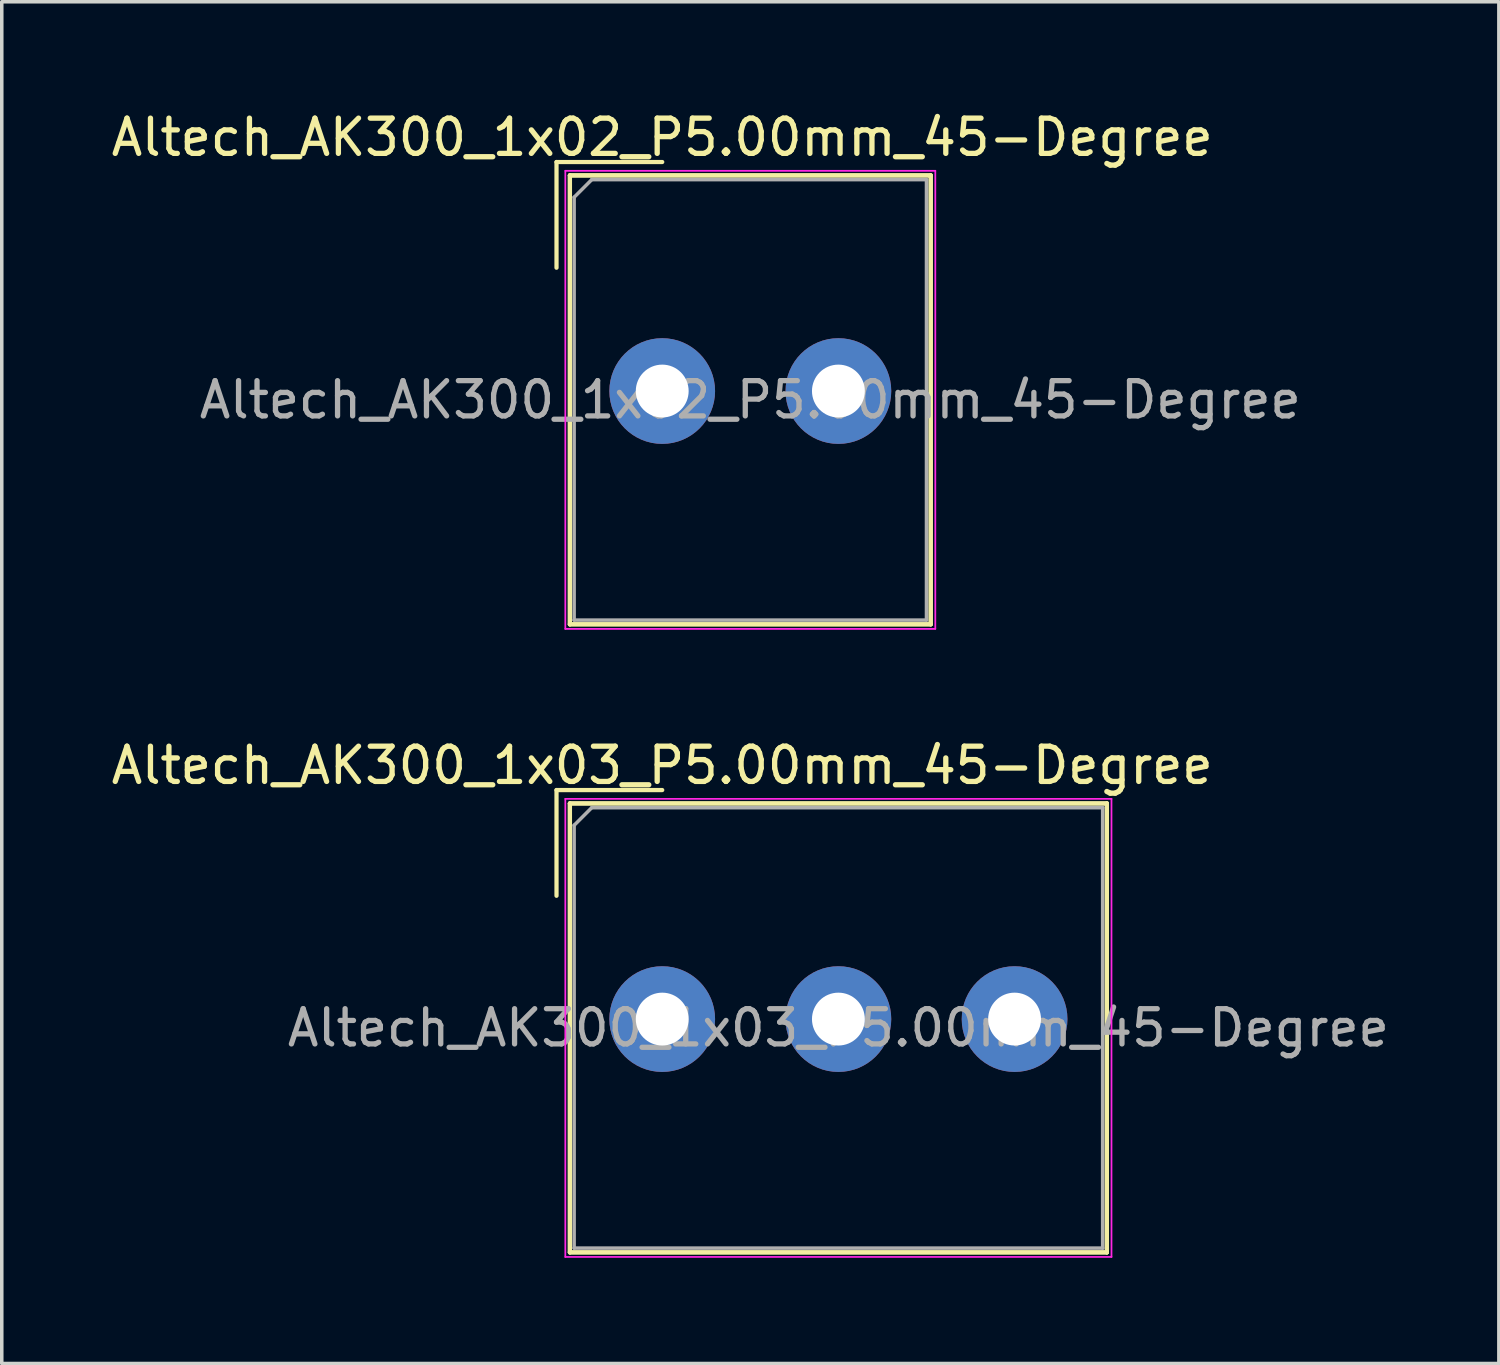
<source format=kicad_pcb>
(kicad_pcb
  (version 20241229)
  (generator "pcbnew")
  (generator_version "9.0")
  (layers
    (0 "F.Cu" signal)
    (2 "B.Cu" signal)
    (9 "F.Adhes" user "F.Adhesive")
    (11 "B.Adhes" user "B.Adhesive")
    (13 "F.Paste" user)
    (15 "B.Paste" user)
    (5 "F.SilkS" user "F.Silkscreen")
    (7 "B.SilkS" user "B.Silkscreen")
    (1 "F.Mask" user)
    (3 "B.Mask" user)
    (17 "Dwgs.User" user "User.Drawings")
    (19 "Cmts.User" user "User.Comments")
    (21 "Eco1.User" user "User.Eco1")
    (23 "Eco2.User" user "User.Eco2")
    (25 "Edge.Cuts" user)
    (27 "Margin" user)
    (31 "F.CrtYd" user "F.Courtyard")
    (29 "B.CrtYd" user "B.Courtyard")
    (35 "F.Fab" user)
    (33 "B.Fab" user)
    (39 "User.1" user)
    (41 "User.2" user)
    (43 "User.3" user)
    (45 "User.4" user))
  (footprint "Altech_AK300_1x02_P5.00mm_45-Degree"
    (layer "F.Cu")
    (at 15.744 8.048)
    (property "Reference" "Altech_AK300_1x02_P5.00mm_45-Degree" (at 0 -7.2 180) (layer "F.SilkS") (effects (font (size 1 1) (thickness 0.15))))
    (attr through_hole)
    (fp_line (start -3 -6.5) (end 0 -6.5) (stroke (width 0.12) (type solid)) (layer "F.SilkS"))
    (fp_line (start -3 -3.5) (end -3 -6.5) (stroke (width 0.12) (type solid)) (layer "F.SilkS"))
    (fp_line (start -2.62 -6.12) (end -2.62 6.62) (stroke (width 0.12) (type solid)) (layer "F.SilkS"))
    (fp_line (start -2.62 -6.12) (end -2.62 6.62) (stroke (width 0.12) (type solid)) (layer "F.SilkS"))
    (fp_line (start -2.62 -6.12) (end 7.62 -6.12) (stroke (width 0.12) (type solid)) (layer "F.SilkS"))
    (fp_line (start -2.62 -6.12) (end 7.62 -6.12) (stroke (width 0.12) (type solid)) (layer "F.SilkS"))
    (fp_line (start -2.62 6.62) (end 7.62 6.62) (stroke (width 0.12) (type solid)) (layer "F.SilkS"))
    (fp_line (start -2.62 6.62) (end 7.62 6.62) (stroke (width 0.12) (type solid)) (layer "F.SilkS"))
    (fp_line (start 7.62 -6.12) (end 7.62 6.62) (stroke (width 0.12) (type solid)) (layer "F.SilkS"))
    (fp_line (start 7.62 -6.12) (end 7.62 6.62) (stroke (width 0.12) (type solid)) (layer "F.SilkS"))
    (fp_line (start -2.75 -6.25) (end -2.75 6.75) (stroke (width 0.05) (type solid)) (layer "F.CrtYd"))
    (fp_line (start -2.75 -6.25) (end 7.75 -6.25) (stroke (width 0.05) (type solid)) (layer "F.CrtYd"))
    (fp_line (start -2.75 6.75) (end 7.75 6.75) (stroke (width 0.05) (type solid)) (layer "F.CrtYd"))
    (fp_line (start 7.75 -6.25) (end 7.75 6.75) (stroke (width 0.05) (type solid)) (layer "F.CrtYd"))
    (fp_line (start -2.5 -5.5) (end -2 -6) (stroke (width 0.1) (type solid)) (layer "F.Fab"))
    (fp_line (start -2.5 6.5) (end -2.5 -5.5) (stroke (width 0.1) (type solid)) (layer "F.Fab"))
    (fp_line (start -2 -6) (end 7.5 -6) (stroke (width 0.1) (type solid)) (layer "F.Fab"))
    (fp_line (start 7.5 -6) (end 7.5 6.5) (stroke (width 0.1) (type solid)) (layer "F.Fab"))
    (fp_line (start 7.5 6.5) (end -2.5 6.5) (stroke (width 0.1) (type solid)) (layer "F.Fab"))
    (fp_text user "${REFERENCE}" (at 2.5 0.25 180) (layer "F.Fab") (effects (font (size 1 1) (thickness 0.15))))
    (pad "1" thru_hole circle (at 0 0) (size 3 3) (drill 1.5) (layers "*.Cu" "*.Mask"))
    (pad "2" thru_hole circle (at 5 0) (size 3 3) (drill 1.5) (layers "*.Cu" "*.Mask")))
  (footprint "Altech_AK300_1x03_P5.00mm_45-Degree"
    (layer "F.Cu")
    (at 15.744 25.872)
    (property "Reference" "Altech_AK300_1x03_P5.00mm_45-Degree" (at 0 -7.2 0) (layer "F.SilkS") (effects (font (size 1 1) (thickness 0.15))))
    (attr through_hole)
    (fp_line (start -3 -6.5) (end 0 -6.5) (stroke (width 0.12) (type solid)) (layer "F.SilkS"))
    (fp_line (start -3 -3.5) (end -3 -6.5) (stroke (width 0.12) (type solid)) (layer "F.SilkS"))
    (fp_line (start -2.62 -6.12) (end -2.62 6.62) (stroke (width 0.12) (type solid)) (layer "F.SilkS"))
    (fp_line (start -2.62 -6.12) (end -2.62 6.62) (stroke (width 0.12) (type solid)) (layer "F.SilkS"))
    (fp_line (start -2.62 -6.12) (end 12.62 -6.12) (stroke (width 0.12) (type solid)) (layer "F.SilkS"))
    (fp_line (start -2.62 -6.12) (end 12.62 -6.12) (stroke (width 0.12) (type solid)) (layer "F.SilkS"))
    (fp_line (start -2.62 6.62) (end 12.62 6.62) (stroke (width 0.12) (type solid)) (layer "F.SilkS"))
    (fp_line (start -2.62 6.62) (end 12.62 6.62) (stroke (width 0.12) (type solid)) (layer "F.SilkS"))
    (fp_line (start 12.62 -6.12) (end 12.62 6.62) (stroke (width 0.12) (type solid)) (layer "F.SilkS"))
    (fp_line (start 12.62 -6.12) (end 12.62 6.62) (stroke (width 0.12) (type solid)) (layer "F.SilkS"))
    (fp_line (start -2.75 -6.25) (end -2.75 6.75) (stroke (width 0.05) (type solid)) (layer "F.CrtYd"))
    (fp_line (start -2.75 -6.25) (end 12.75 -6.25) (stroke (width 0.05) (type solid)) (layer "F.CrtYd"))
    (fp_line (start -2.75 6.75) (end 12.75 6.75) (stroke (width 0.05) (type solid)) (layer "F.CrtYd"))
    (fp_line (start 12.75 -6.25) (end 12.75 6.75) (stroke (width 0.05) (type solid)) (layer "F.CrtYd"))
    (fp_line (start -2.5 -5.5) (end -2 -6) (stroke (width 0.1) (type solid)) (layer "F.Fab"))
    (fp_line (start -2.5 6.5) (end -2.5 -5.5) (stroke (width 0.1) (type solid)) (layer "F.Fab"))
    (fp_line (start -2 -6) (end 12.5 -6) (stroke (width 0.1) (type solid)) (layer "F.Fab"))
    (fp_line (start 12.5 -6) (end 12.5 6.5) (stroke (width 0.1) (type solid)) (layer "F.Fab"))
    (fp_line (start 12.5 6.5) (end -2.5 6.5) (stroke (width 0.1) (type solid)) (layer "F.Fab"))
    (fp_text user "${REFERENCE}" (at 5 0.25 0) (layer "F.Fab") (effects (font (size 1 1) (thickness 0.15))))
    (pad "1" thru_hole circle (at 0 0) (size 3 3) (drill oval 1.5) (layers "*.Cu" "*.Mask"))
    (pad "2" thru_hole circle (at 5 0) (size 3 3) (drill 1.5) (layers "*.Cu" "*.Mask"))
    (pad "3" thru_hole circle (at 10 0) (size 3 3) (drill oval 1.5) (layers "*.Cu" "*.Mask")))
  (gr_rect
    (start -3 -3)
    (end 39.488 35.647)
    (stroke (width 0.1) (type default))
    (fill no)
    (layer "Edge.Cuts")))
</source>
